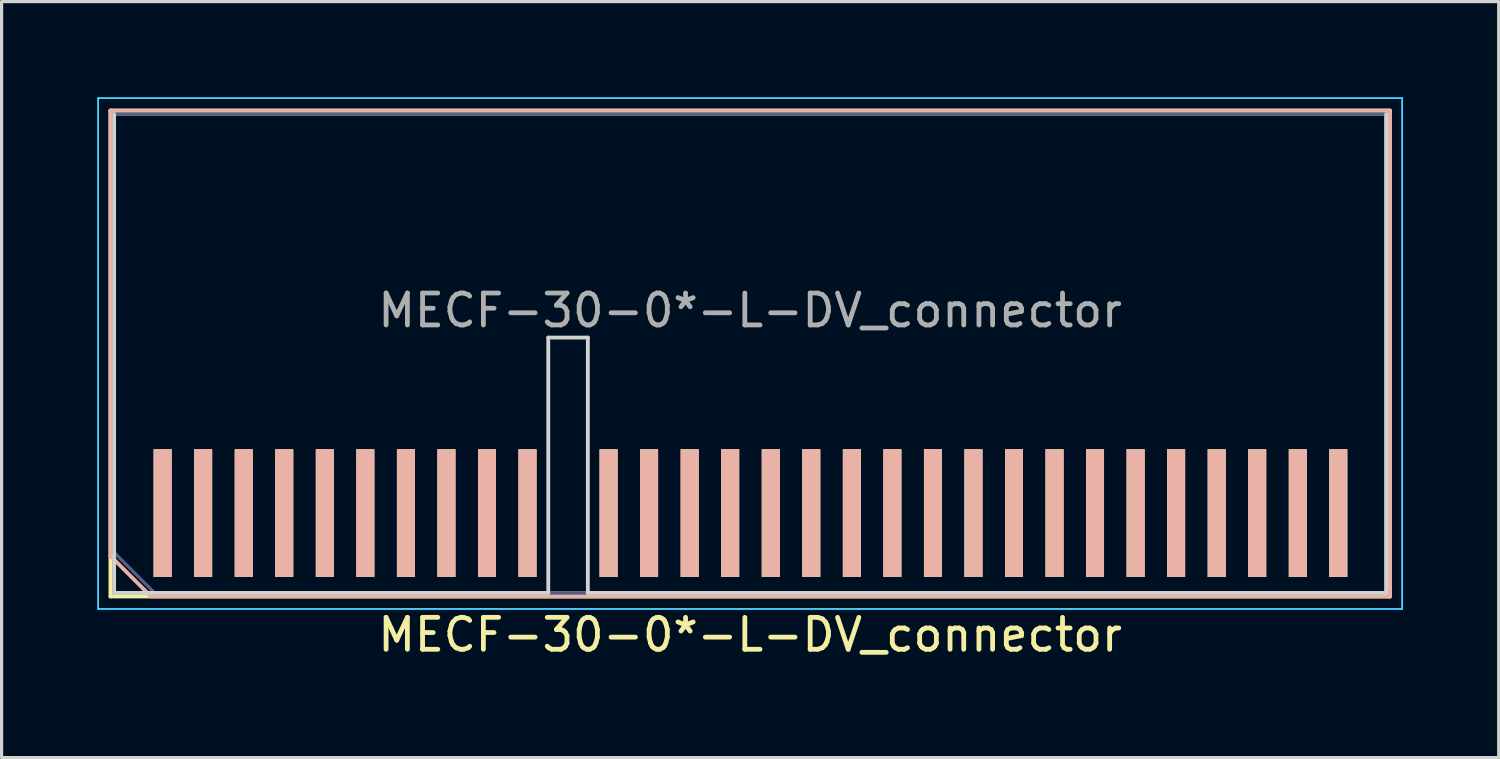
<source format=kicad_pcb>
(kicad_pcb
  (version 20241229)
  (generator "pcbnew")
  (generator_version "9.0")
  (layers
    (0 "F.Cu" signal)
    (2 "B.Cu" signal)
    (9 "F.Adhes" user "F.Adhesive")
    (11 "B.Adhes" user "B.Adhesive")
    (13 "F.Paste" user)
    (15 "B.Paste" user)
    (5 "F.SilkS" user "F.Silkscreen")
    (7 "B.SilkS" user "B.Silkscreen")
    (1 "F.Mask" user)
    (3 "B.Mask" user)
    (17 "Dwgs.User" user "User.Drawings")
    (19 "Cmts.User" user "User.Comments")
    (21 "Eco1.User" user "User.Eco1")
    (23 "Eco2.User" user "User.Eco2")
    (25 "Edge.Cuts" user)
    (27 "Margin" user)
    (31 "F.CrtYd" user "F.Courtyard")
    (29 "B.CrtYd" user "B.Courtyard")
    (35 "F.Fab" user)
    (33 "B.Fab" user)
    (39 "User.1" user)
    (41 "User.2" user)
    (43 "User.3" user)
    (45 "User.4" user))
  (footprint "MECF-30-0*-L-DV_connector"
    (layer "F.Cu")
    (at 20.45 13.025)
    (property "Reference" "MECF-30-0*-L-DV_connector" (at 0 3.81 0) (layer "F.SilkS") (effects (font (size 1 1) (thickness 0.15))))
    (attr through_hole)
    (fp_line (start -20.04 -12.61) (end 20.04 -12.61) (stroke (width 0.12) (type solid)) (layer "F.SilkS"))
    (fp_line (start -20.04 2.61) (end -20.04 -12.61) (stroke (width 0.12) (type solid)) (layer "F.SilkS"))
    (fp_line (start -20.04 2.61) (end 20.04 2.61) (stroke (width 0.12) (type solid)) (layer "F.SilkS"))
    (fp_line (start 20.04 2.61) (end 20.04 -12.61) (stroke (width 0.12) (type solid)) (layer "F.SilkS"))
    (fp_line (start -20.04 -12.61) (end 20.04 -12.61) (stroke (width 0.12) (type solid)) (layer "B.SilkS"))
    (fp_line (start -20.04 1.34) (end -20.04 -12.61) (stroke (width 0.12) (type solid)) (layer "B.SilkS"))
    (fp_line (start -18.77 2.61) (end -20.04 1.34) (stroke (width 0.12) (type solid)) (layer "B.SilkS"))
    (fp_line (start -18.77 2.61) (end 20.04 2.61) (stroke (width 0.12) (type solid)) (layer "B.SilkS"))
    (fp_line (start 20.04 2.61) (end 20.04 -12.61) (stroke (width 0.12) (type solid)) (layer "B.SilkS"))
    (fp_line (start -19.925 2.5) (end -19.925 -12.5) (stroke (width 0.12) (type solid)) (layer "Edge.Cuts"))
    (fp_line (start -19.925 2.5) (end -6.325 2.5) (stroke (width 0.12) (type solid)) (layer "Edge.Cuts"))
    (fp_line (start -6.325 -5.5) (end -5.085 -5.5) (stroke (width 0.12) (type solid)) (layer "Edge.Cuts"))
    (fp_line (start -6.325 2.5) (end -6.325 -5.5) (stroke (width 0.12) (type solid)) (layer "Edge.Cuts"))
    (fp_line (start -5.085 2.5) (end -5.085 -5.5) (stroke (width 0.12) (type solid)) (layer "Edge.Cuts"))
    (fp_line (start -5.085 2.5) (end 19.925 2.5) (stroke (width 0.12) (type solid)) (layer "Edge.Cuts"))
    (fp_line (start 19.925 2.5) (end 19.925 -12.5) (stroke (width 0.12) (type solid)) (layer "Edge.Cuts"))
    (fp_line (start -20.425 -13) (end -20.425 3) (stroke (width 0.05) (type solid)) (layer "B.CrtYd"))
    (fp_line (start -20.425 3) (end 20.425 3) (stroke (width 0.05) (type solid)) (layer "B.CrtYd"))
    (fp_line (start 20.425 -13) (end -20.425 -13) (stroke (width 0.05) (type solid)) (layer "B.CrtYd"))
    (fp_line (start 20.425 3) (end 20.425 -13) (stroke (width 0.05) (type solid)) (layer "B.CrtYd"))
    (fp_line (start -20.425 -13) (end -20.425 3) (stroke (width 0.05) (type solid)) (layer "F.CrtYd"))
    (fp_line (start -20.425 3) (end 20.425 3) (stroke (width 0.05) (type solid)) (layer "F.CrtYd"))
    (fp_line (start 20.425 -13) (end -20.425 -13) (stroke (width 0.05) (type solid)) (layer "F.CrtYd"))
    (fp_line (start 20.425 3) (end 20.425 -13) (stroke (width 0.05) (type solid)) (layer "F.CrtYd"))
    (fp_line (start -19.925 -12.5) (end 19.925 -12.5) (stroke (width 0.1) (type solid)) (layer "B.Fab"))
    (fp_line (start -19.925 1.23) (end -19.925 -12.5) (stroke (width 0.1) (type solid)) (layer "B.Fab"))
    (fp_line (start -19.925 1.23) (end -18.655 2.5) (stroke (width 0.1) (type solid)) (layer "B.Fab"))
    (fp_line (start -18.655 2.5) (end 19.925 2.5) (stroke (width 0.1) (type solid)) (layer "B.Fab"))
    (fp_line (start 19.925 2.5) (end 19.925 -12.5) (stroke (width 0.1) (type solid)) (layer "B.Fab"))
    (fp_line (start -19.925 -12.5) (end 19.925 -12.5) (stroke (width 0.1) (type solid)) (layer "F.Fab"))
    (fp_line (start -19.925 2.5) (end -19.925 -12.5) (stroke (width 0.1) (type solid)) (layer "F.Fab"))
    (fp_line (start -19.925 2.5) (end 19.925 2.5) (stroke (width 0.1) (type solid)) (layer "F.Fab"))
    (fp_line (start 19.925 2.5) (end 19.925 -12.5) (stroke (width 0.1) (type solid)) (layer "F.Fab"))
    (fp_text user "${REFERENCE}" (at 0 -6.35 0) (layer "F.Fab") (effects (font (size 1 1) (thickness 0.15))))
    (pad "1" smd rect (at -18.405 0) (size 0.56 4) (layers "F.Cu" "F.Mask" "F.SilkS"))
    (pad "2" smd rect (at -18.405 0) (size 0.56 4) (layers "B.Cu" "B.Mask" "B.SilkS"))
    (pad "3" smd rect (at -17.135 0) (size 0.56 4) (layers "F.Cu" "F.Mask" "F.SilkS"))
    (pad "4" smd rect (at -17.135 0) (size 0.56 4) (layers "B.Cu" "B.Mask" "B.SilkS"))
    (pad "5" smd rect (at -15.865 0) (size 0.56 4) (layers "F.Cu" "F.Mask" "F.SilkS"))
    (pad "6" smd rect (at -15.865 0) (size 0.56 4) (layers "B.Cu" "B.Mask" "B.SilkS"))
    (pad "7" smd rect (at -14.595 0) (size 0.56 4) (layers "F.Cu" "F.Mask" "F.SilkS"))
    (pad "8" smd rect (at -14.595 0) (size 0.56 4) (layers "B.Cu" "B.Mask" "B.SilkS"))
    (pad "9" smd rect (at -13.325 0) (size 0.56 4) (layers "F.Cu" "F.Mask" "F.SilkS"))
    (pad "10" smd rect (at -13.325 0) (size 0.56 4) (layers "B.Cu" "B.Mask" "B.SilkS"))
    (pad "11" smd rect (at -12.055 0) (size 0.56 4) (layers "F.Cu" "F.Mask" "F.SilkS"))
    (pad "12" smd rect (at -12.055 0) (size 0.56 4) (layers "B.Cu" "B.Mask" "B.SilkS"))
    (pad "13" smd rect (at -10.785 0) (size 0.56 4) (layers "F.Cu" "F.Mask" "F.SilkS"))
    (pad "14" smd rect (at -10.785 0) (size 0.56 4) (layers "B.Cu" "B.Mask" "B.SilkS"))
    (pad "15" smd rect (at -9.515 0) (size 0.56 4) (layers "F.Cu" "F.Mask" "F.SilkS"))
    (pad "16" smd rect (at -9.515 0) (size 0.56 4) (layers "B.Cu" "B.Mask" "B.SilkS"))
    (pad "17" smd rect (at -8.245 0) (size 0.56 4) (layers "F.Cu" "F.Mask" "F.SilkS"))
    (pad "18" smd rect (at -8.245 0) (size 0.56 4) (layers "B.Cu" "B.Mask" "B.SilkS"))
    (pad "19" smd rect (at -6.975 0) (size 0.56 4) (layers "F.Cu" "F.Mask" "F.SilkS"))
    (pad "20" smd rect (at -6.975 0) (size 0.56 4) (layers "B.Cu" "B.Mask" "B.SilkS"))
    (pad "23" smd rect (at -4.435 0) (size 0.56 4) (layers "F.Cu" "F.Mask" "F.SilkS"))
    (pad "24" smd rect (at -4.435 0) (size 0.56 4) (layers "B.Cu" "B.Mask" "B.SilkS"))
    (pad "25" smd rect (at -3.165 0) (size 0.56 4) (layers "F.Cu" "F.Mask" "F.SilkS"))
    (pad "26" smd rect (at -3.165 0) (size 0.56 4) (layers "B.Cu" "B.Mask" "B.SilkS"))
    (pad "27" smd rect (at -1.895 0) (size 0.56 4) (layers "F.Cu" "F.Mask" "F.SilkS"))
    (pad "28" smd rect (at -1.895 0) (size 0.56 4) (layers "B.Cu" "B.Mask" "B.SilkS"))
    (pad "29" smd rect (at -0.625 0) (size 0.56 4) (layers "F.Cu" "F.Mask" "F.SilkS"))
    (pad "30" smd rect (at -0.625 0) (size 0.56 4) (layers "B.Cu" "B.Mask" "B.SilkS"))
    (pad "31" smd rect (at 0.645 0) (size 0.56 4) (layers "F.Cu" "F.Mask" "F.SilkS"))
    (pad "32" smd rect (at 0.645 0) (size 0.56 4) (layers "B.Cu" "B.Mask" "B.SilkS"))
    (pad "33" smd rect (at 1.915 0) (size 0.56 4) (layers "F.Cu" "F.Mask" "F.SilkS"))
    (pad "34" smd rect (at 1.915 0) (size 0.56 4) (layers "B.Cu" "B.Mask" "B.SilkS"))
    (pad "35" smd rect (at 3.185 0) (size 0.56 4) (layers "F.Cu" "F.Mask" "F.SilkS"))
    (pad "36" smd rect (at 3.185 0) (size 0.56 4) (layers "B.Cu" "B.Mask" "B.SilkS"))
    (pad "37" smd rect (at 4.455 0) (size 0.56 4) (layers "F.Cu" "F.Mask" "F.SilkS"))
    (pad "38" smd rect (at 4.455 0) (size 0.56 4) (layers "B.Cu" "B.Mask" "B.SilkS"))
    (pad "39" smd rect (at 5.725 0) (size 0.56 4) (layers "F.Cu" "F.Mask" "F.SilkS"))
    (pad "40" smd rect (at 5.725 0) (size 0.56 4) (layers "B.Cu" "B.Mask" "B.SilkS"))
    (pad "41" smd rect (at 6.995 0) (size 0.56 4) (layers "F.Cu" "F.Mask" "F.SilkS"))
    (pad "42" smd rect (at 6.995 0) (size 0.56 4) (layers "B.Cu" "B.Mask" "B.SilkS"))
    (pad "43" smd rect (at 8.265 0) (size 0.56 4) (layers "F.Cu" "F.Mask" "F.SilkS"))
    (pad "44" smd rect (at 8.265 0) (size 0.56 4) (layers "B.Cu" "B.Mask" "B.SilkS"))
    (pad "45" smd rect (at 9.535 0) (size 0.56 4) (layers "F.Cu" "F.Mask" "F.SilkS"))
    (pad "46" smd rect (at 9.535 0) (size 0.56 4) (layers "B.Cu" "B.Mask" "B.SilkS"))
    (pad "47" smd rect (at 10.805 0) (size 0.56 4) (layers "F.Cu" "F.Mask" "F.SilkS"))
    (pad "48" smd rect (at 10.805 0) (size 0.56 4) (layers "B.Cu" "B.Mask" "B.SilkS"))
    (pad "49" smd rect (at 12.075 0) (size 0.56 4) (layers "F.Cu" "F.Mask" "F.SilkS"))
    (pad "50" smd rect (at 12.075 0) (size 0.56 4) (layers "B.Cu" "B.Mask" "B.SilkS"))
    (pad "51" smd rect (at 13.345 0) (size 0.56 4) (layers "F.Cu" "F.Mask" "F.SilkS"))
    (pad "52" smd rect (at 13.345 0) (size 0.56 4) (layers "B.Cu" "B.Mask" "B.SilkS"))
    (pad "53" smd rect (at 14.615 0) (size 0.56 4) (layers "F.Cu" "F.Mask" "F.SilkS"))
    (pad "54" smd rect (at 14.615 0) (size 0.56 4) (layers "B.Cu" "B.Mask" "B.SilkS"))
    (pad "55" smd rect (at 15.885 0) (size 0.56 4) (layers "F.Cu" "F.Mask" "F.SilkS"))
    (pad "56" smd rect (at 15.885 0) (size 0.56 4) (layers "B.Cu" "B.Mask" "B.SilkS"))
    (pad "57" smd rect (at 17.155 0) (size 0.56 4) (layers "F.Cu" "F.Mask" "F.SilkS"))
    (pad "58" smd rect (at 17.155 0) (size 0.56 4) (layers "B.Cu" "B.Mask" "B.SilkS"))
    (pad "59" smd rect (at 18.425 0) (size 0.56 4) (layers "F.Cu" "F.Mask" "F.SilkS"))
    (pad "60" smd rect (at 18.425 0) (size 0.56 4) (layers "B.Cu" "B.Mask" "B.SilkS")))
  (gr_rect
    (start -3 -3)
    (end 43.9 20.683)
    (stroke (width 0.1) (type default))
    (fill no)
    (layer "Edge.Cuts")))
</source>
